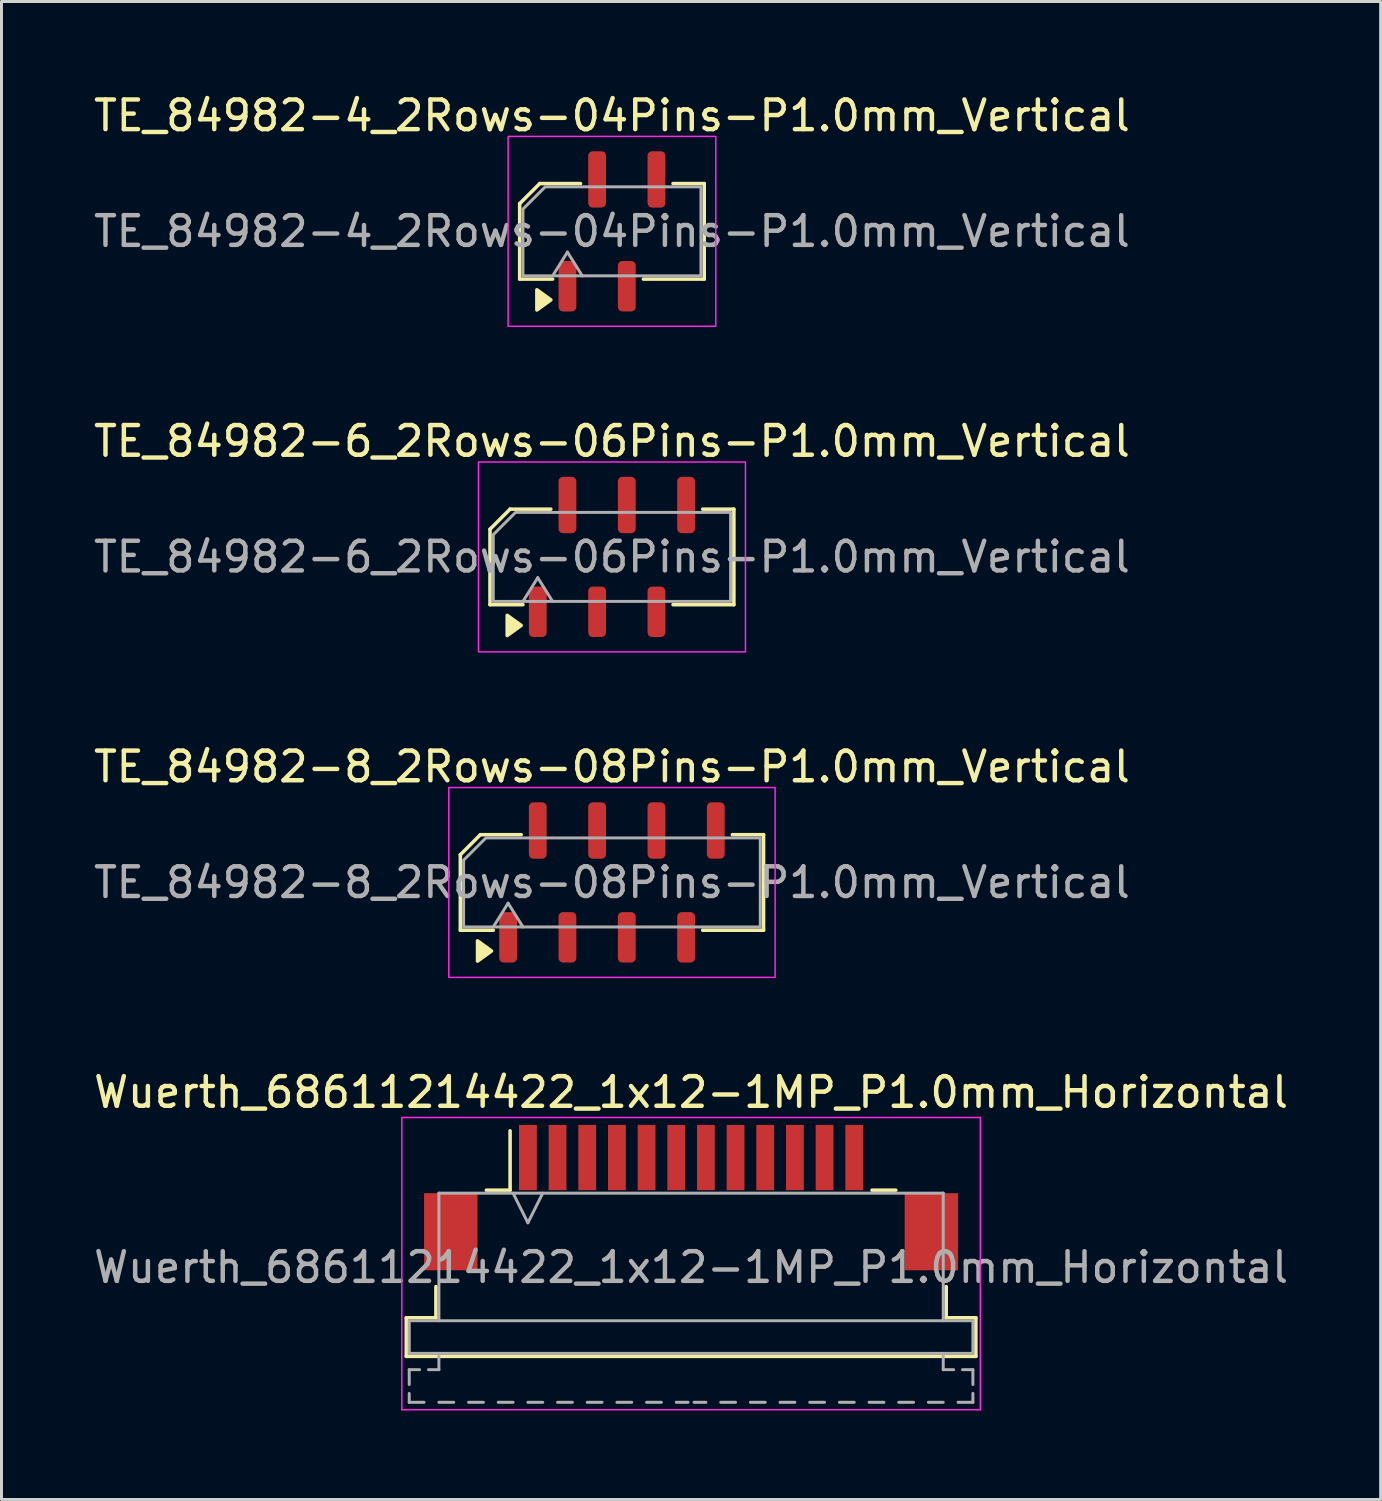
<source format=kicad_pcb>
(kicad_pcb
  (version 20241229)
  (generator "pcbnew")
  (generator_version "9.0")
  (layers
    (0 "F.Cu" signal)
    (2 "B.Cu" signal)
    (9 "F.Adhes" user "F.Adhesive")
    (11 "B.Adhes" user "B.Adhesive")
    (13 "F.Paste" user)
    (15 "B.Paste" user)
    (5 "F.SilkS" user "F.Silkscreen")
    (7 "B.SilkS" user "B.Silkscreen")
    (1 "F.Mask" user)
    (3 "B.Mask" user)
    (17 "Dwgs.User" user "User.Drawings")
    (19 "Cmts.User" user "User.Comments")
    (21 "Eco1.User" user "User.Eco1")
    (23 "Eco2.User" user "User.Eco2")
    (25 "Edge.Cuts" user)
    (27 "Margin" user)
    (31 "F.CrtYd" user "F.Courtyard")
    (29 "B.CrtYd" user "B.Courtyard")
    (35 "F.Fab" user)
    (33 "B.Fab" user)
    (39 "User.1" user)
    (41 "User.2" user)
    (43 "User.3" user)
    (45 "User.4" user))
  (footprint "TE_84982-8_2Rows-08Pins-P1.0mm_Vertical"
    (layer "F.Cu")
    (at 17.577 26.695)
    (property "Reference" "TE_84982-8_2Rows-08Pins-P1.0mm_Vertical" (at 0 -3.9 0) (layer "F.SilkS") (effects (font (size 1 1) (thickness 0.15))))
    (attr smd)
    (fp_line (start -5.11 -0.934) (end -5.11 1.61) (stroke (width 0.12) (type solid)) (layer "F.SilkS"))
    (fp_line (start -5.11 1.61) (end -4 1.61) (stroke (width 0.12) (type solid)) (layer "F.SilkS"))
    (fp_line (start -4.434 -1.61) (end -5.11 -0.934) (stroke (width 0.12) (type solid)) (layer "F.SilkS"))
    (fp_line (start -3.06 -1.61) (end -4.434 -1.61) (stroke (width 0.12) (type solid)) (layer "F.SilkS"))
    (fp_line (start 3.06 1.61) (end 5.11 1.61) (stroke (width 0.12) (type solid)) (layer "F.SilkS"))
    (fp_line (start 5.11 -1.61) (end 4.06 -1.61) (stroke (width 0.12) (type solid)) (layer "F.SilkS"))
    (fp_line (start 5.11 1.61) (end 5.11 -1.61) (stroke (width 0.12) (type solid)) (layer "F.SilkS"))
    (fp_poly (pts (xy -4.06 2.31) (xy -4.53 2.65) (xy -4.53 1.97)) (stroke (width 0.12) (type solid)) (fill yes) (layer "F.SilkS"))
    (fp_rect (start -5.5 -3.2) (end 5.5 3.2) (stroke (width 0.05) (type solid)) (fill no) (layer "F.CrtYd"))
    (fp_line (start -4 1.5) (end -3.5 0.7) (stroke (width 0.1) (type solid)) (layer "F.Fab"))
    (fp_line (start -3.5 0.7) (end -3 1.5) (stroke (width 0.1) (type solid)) (layer "F.Fab"))
    (fp_poly (pts (xy -5 -0.75) (xy -5 1.5) (xy 5 1.5) (xy 5 -1.5) (xy -4.25 -1.5)) (stroke (width 0.1) (type solid)) (fill no) (layer "F.Fab"))
    (fp_text user "${REFERENCE}" (at 0 0 0) (layer "F.Fab") (effects (font (size 1 1) (thickness 0.15))))
    (pad "1" smd roundrect (at -3.5 1.85) (size 0.6 1.7) (layers "F.Cu" "F.Mask" "F.Paste") (roundrect_rratio 0.25))
    (pad "2" smd roundrect (at -2.5 -1.75) (size 0.6 1.9) (layers "F.Cu" "F.Mask" "F.Paste") (roundrect_rratio 0.25))
    (pad "3" smd roundrect (at -1.5 1.85) (size 0.6 1.7) (layers "F.Cu" "F.Mask" "F.Paste") (roundrect_rratio 0.25))
    (pad "4" smd roundrect (at -0.5 -1.75) (size 0.6 1.9) (layers "F.Cu" "F.Mask" "F.Paste") (roundrect_rratio 0.25))
    (pad "5" smd roundrect (at 0.5 1.85) (size 0.6 1.7) (layers "F.Cu" "F.Mask" "F.Paste") (roundrect_rratio 0.25))
    (pad "6" smd roundrect (at 1.5 -1.75) (size 0.6 1.9) (layers "F.Cu" "F.Mask" "F.Paste") (roundrect_rratio 0.25))
    (pad "7" smd roundrect (at 2.5 1.85) (size 0.6 1.7) (layers "F.Cu" "F.Mask" "F.Paste") (roundrect_rratio 0.25))
    (pad "8" smd roundrect (at 3.5 -1.75) (size 0.6 1.9) (layers "F.Cu" "F.Mask" "F.Paste") (roundrect_rratio 0.25)))
  (footprint "Wuerth_68611214422_1x12-1MP_P1.0mm_Horizontal"
    (layer "F.Cu")
    (at 20.244 37.318)
    (property "Reference" "Wuerth_68611214422_1x12-1MP_P1.0mm_Horizontal" (at 0 -3.55 0) (layer "F.SilkS") (effects (font (size 1 1) (thickness 0.15))))
    (attr smd)
    (fp_line (start -9.6 4.05) (end -8.6 4.05) (stroke (width 0.12) (type solid)) (layer "F.SilkS"))
    (fp_line (start -9.6 5.35) (end -9.6 4.05) (stroke (width 0.12) (type solid)) (layer "F.SilkS"))
    (fp_line (start -8.6 4.05) (end -8.6 3) (stroke (width 0.12) (type solid)) (layer "F.SilkS"))
    (fp_line (start -6.9 -0.25) (end -6.1 -0.25) (stroke (width 0.12) (type solid)) (layer "F.SilkS"))
    (fp_line (start -6.1 -0.25) (end -6.1 -2.25) (stroke (width 0.12) (type solid)) (layer "F.SilkS"))
    (fp_line (start 6.1 -0.25) (end 6.9 -0.25) (stroke (width 0.12) (type solid)) (layer "F.SilkS"))
    (fp_line (start 8.6 3) (end 8.6 4.05) (stroke (width 0.12) (type solid)) (layer "F.SilkS"))
    (fp_line (start 8.6 4.05) (end 9.6 4.05) (stroke (width 0.12) (type solid)) (layer "F.SilkS"))
    (fp_line (start 9.6 4.05) (end 9.6 5.35) (stroke (width 0.12) (type solid)) (layer "F.SilkS"))
    (fp_line (start 9.6 5.35) (end -9.6 5.35) (stroke (width 0.12) (type solid)) (layer "F.SilkS"))
    (fp_line (start -9.75 -2.7) (end -9.75 7.15) (stroke (width 0.05) (type solid)) (layer "F.CrtYd"))
    (fp_line (start -9.75 7.15) (end 9.75 7.15) (stroke (width 0.05) (type solid)) (layer "F.CrtYd"))
    (fp_line (start 9.75 -2.7) (end -9.75 -2.7) (stroke (width 0.05) (type solid)) (layer "F.CrtYd"))
    (fp_line (start 9.75 7.15) (end 9.75 -2.7) (stroke (width 0.05) (type solid)) (layer "F.CrtYd"))
    (fp_line (start -9.5 4.15) (end 9.5 4.15) (stroke (width 0.1) (type solid)) (layer "F.Fab"))
    (fp_line (start -9.5 5.25) (end -9.5 4.16) (stroke (width 0.1) (type solid)) (layer "F.Fab"))
    (fp_line (start -9.5 5.8) (end -9.15 5.8) (stroke (width 0.1) (type solid)) (layer "F.Fab"))
    (fp_line (start -9.5 6.3) (end -9.5 5.8) (stroke (width 0.1) (type solid)) (layer "F.Fab"))
    (fp_line (start -9.5 6.9) (end -9.5 6.6) (stroke (width 0.1) (type solid)) (layer "F.Fab"))
    (fp_line (start -9 6.9) (end -9.5 6.9) (stroke (width 0.1) (type solid)) (layer "F.Fab"))
    (fp_line (start -8.85 5.8) (end -8.5 5.8) (stroke (width 0.1) (type solid)) (layer "F.Fab"))
    (fp_line (start -8.5 -0.15) (end 8.5 -0.15) (stroke (width 0.1) (type solid)) (layer "F.Fab"))
    (fp_line (start -8.5 4.15) (end -8.5 -0.15) (stroke (width 0.1) (type solid)) (layer "F.Fab"))
    (fp_line (start -8.5 5.8) (end -8.5 5.25) (stroke (width 0.1) (type solid)) (layer "F.Fab"))
    (fp_line (start -8 6.9) (end -8.5 6.9) (stroke (width 0.1) (type solid)) (layer "F.Fab"))
    (fp_line (start -7 6.9) (end -7.5 6.9) (stroke (width 0.1) (type solid)) (layer "F.Fab"))
    (fp_line (start -6 -0.15) (end -5.5 0.85) (stroke (width 0.1) (type solid)) (layer "F.Fab"))
    (fp_line (start -6 6.9) (end -6.5 6.9) (stroke (width 0.1) (type solid)) (layer "F.Fab"))
    (fp_line (start -5.5 0.85) (end -5 -0.15) (stroke (width 0.1) (type solid)) (layer "F.Fab"))
    (fp_line (start -5 6.9) (end -5.5 6.9) (stroke (width 0.1) (type solid)) (layer "F.Fab"))
    (fp_line (start -4 6.9) (end -4.5 6.9) (stroke (width 0.1) (type solid)) (layer "F.Fab"))
    (fp_line (start -3 6.9) (end -3.5 6.9) (stroke (width 0.1) (type solid)) (layer "F.Fab"))
    (fp_line (start -2 6.9) (end -2.5 6.9) (stroke (width 0.1) (type solid)) (layer "F.Fab"))
    (fp_line (start -1 6.9) (end -1.5 6.9) (stroke (width 0.1) (type solid)) (layer "F.Fab"))
    (fp_line (start -0.1 6.9) (end -0.5 6.9) (stroke (width 0.1) (type solid)) (layer "F.Fab"))
    (fp_line (start 0.1 6.9) (end 0.5 6.9) (stroke (width 0.1) (type solid)) (layer "F.Fab"))
    (fp_line (start 1 6.9) (end 1.5 6.9) (stroke (width 0.1) (type solid)) (layer "F.Fab"))
    (fp_line (start 2 6.9) (end 2.5 6.9) (stroke (width 0.1) (type solid)) (layer "F.Fab"))
    (fp_line (start 3 6.9) (end 3.5 6.9) (stroke (width 0.1) (type solid)) (layer "F.Fab"))
    (fp_line (start 4 6.9) (end 4.5 6.9) (stroke (width 0.1) (type solid)) (layer "F.Fab"))
    (fp_line (start 5 6.9) (end 5.5 6.9) (stroke (width 0.1) (type solid)) (layer "F.Fab"))
    (fp_line (start 6 6.9) (end 6.5 6.9) (stroke (width 0.1) (type solid)) (layer "F.Fab"))
    (fp_line (start 7 6.9) (end 7.5 6.9) (stroke (width 0.1) (type solid)) (layer "F.Fab"))
    (fp_line (start 8 6.9) (end 8.5 6.9) (stroke (width 0.1) (type solid)) (layer "F.Fab"))
    (fp_line (start 8.5 -0.15) (end 8.5 4.15) (stroke (width 0.1) (type solid)) (layer "F.Fab"))
    (fp_line (start 8.5 5.25) (end 8.5 5.8) (stroke (width 0.1) (type solid)) (layer "F.Fab"))
    (fp_line (start 8.85 5.8) (end 8.5 5.8) (stroke (width 0.1) (type solid)) (layer "F.Fab"))
    (fp_line (start 9 6.9) (end 9.5 6.9) (stroke (width 0.1) (type solid)) (layer "F.Fab"))
    (fp_line (start 9.15 5.8) (end 9.5 5.8) (stroke (width 0.1) (type solid)) (layer "F.Fab"))
    (fp_line (start 9.5 4.16) (end 9.5 5.25) (stroke (width 0.1) (type solid)) (layer "F.Fab"))
    (fp_line (start 9.5 5.25) (end -9.5 5.25) (stroke (width 0.1) (type solid)) (layer "F.Fab"))
    (fp_line (start 9.5 5.8) (end 9.5 6.3) (stroke (width 0.1) (type solid)) (layer "F.Fab"))
    (fp_line (start 9.5 6.6) (end 9.5 6.9) (stroke (width 0.1) (type solid)) (layer "F.Fab"))
    (fp_text user "${REFERENCE}" (at 0 2.35 0) (layer "F.Fab") (effects (font (size 1 1) (thickness 0.15))))
    (pad "1" smd rect (at -5.5 -1.35) (size 0.6 2.2) (layers "F.Cu" "F.Mask" "F.Paste"))
    (pad "2" smd rect (at -4.5 -1.35) (size 0.6 2.2) (layers "F.Cu" "F.Mask" "F.Paste"))
    (pad "3" smd rect (at -3.5 -1.35) (size 0.6 2.2) (layers "F.Cu" "F.Mask" "F.Paste"))
    (pad "4" smd rect (at -2.5 -1.35) (size 0.6 2.2) (layers "F.Cu" "F.Mask" "F.Paste"))
    (pad "5" smd rect (at -1.5 -1.35) (size 0.6 2.2) (layers "F.Cu" "F.Mask" "F.Paste"))
    (pad "6" smd rect (at -0.5 -1.35) (size 0.6 2.2) (layers "F.Cu" "F.Mask" "F.Paste"))
    (pad "7" smd rect (at 0.5 -1.35) (size 0.6 2.2) (layers "F.Cu" "F.Mask" "F.Paste"))
    (pad "8" smd rect (at 1.5 -1.35) (size 0.6 2.2) (layers "F.Cu" "F.Mask" "F.Paste"))
    (pad "9" smd rect (at 2.5 -1.35) (size 0.6 2.2) (layers "F.Cu" "F.Mask" "F.Paste"))
    (pad "10" smd rect (at 3.5 -1.35) (size 0.6 2.2) (layers "F.Cu" "F.Mask" "F.Paste"))
    (pad "11" smd rect (at 4.5 -1.35) (size 0.6 2.2) (layers "F.Cu" "F.Mask" "F.Paste"))
    (pad "12" smd rect (at 5.5 -1.35) (size 0.6 2.2) (layers "F.Cu" "F.Mask" "F.Paste"))
    (pad "MP" smd rect (at -8.1 1.15) (size 1.8 2.6) (layers "F.Cu" "F.Mask" "F.Paste"))
    (pad "MP" smd rect (at 8.1 1.15) (size 1.8 2.6) (layers "F.Cu" "F.Mask" "F.Paste")))
  (footprint "TE_84982-6_2Rows-06Pins-P1.0mm_Vertical"
    (layer "F.Cu")
    (at 17.577 15.722)
    (property "Reference" "TE_84982-6_2Rows-06Pins-P1.0mm_Vertical" (at 0 -3.9 0) (layer "F.SilkS") (effects (font (size 1 1) (thickness 0.15))))
    (attr smd)
    (fp_line (start -4.11 -0.934) (end -4.11 1.61) (stroke (width 0.12) (type solid)) (layer "F.SilkS"))
    (fp_line (start -4.11 1.61) (end -3 1.61) (stroke (width 0.12) (type solid)) (layer "F.SilkS"))
    (fp_line (start -3.434 -1.61) (end -4.11 -0.934) (stroke (width 0.12) (type solid)) (layer "F.SilkS"))
    (fp_line (start -2.06 -1.61) (end -3.434 -1.61) (stroke (width 0.12) (type solid)) (layer "F.SilkS"))
    (fp_line (start 2.06 1.61) (end 4.11 1.61) (stroke (width 0.12) (type solid)) (layer "F.SilkS"))
    (fp_line (start 4.11 -1.61) (end 3.06 -1.61) (stroke (width 0.12) (type solid)) (layer "F.SilkS"))
    (fp_line (start 4.11 1.61) (end 4.11 -1.61) (stroke (width 0.12) (type solid)) (layer "F.SilkS"))
    (fp_poly (pts (xy -3.06 2.31) (xy -3.53 2.65) (xy -3.53 1.97)) (stroke (width 0.12) (type solid)) (fill yes) (layer "F.SilkS"))
    (fp_rect (start -4.5 -3.2) (end 4.5 3.2) (stroke (width 0.05) (type solid)) (fill no) (layer "F.CrtYd"))
    (fp_line (start -3 1.5) (end -2.5 0.7) (stroke (width 0.1) (type solid)) (layer "F.Fab"))
    (fp_line (start -2.5 0.7) (end -2 1.5) (stroke (width 0.1) (type solid)) (layer "F.Fab"))
    (fp_poly (pts (xy -4 -0.75) (xy -4 1.5) (xy 4 1.5) (xy 4 -1.5) (xy -3.25 -1.5)) (stroke (width 0.1) (type solid)) (fill no) (layer "F.Fab"))
    (fp_text user "${REFERENCE}" (at 0 0 0) (layer "F.Fab") (effects (font (size 1 1) (thickness 0.15))))
    (pad "1" smd roundrect (at -2.5 1.85) (size 0.6 1.7) (layers "F.Cu" "F.Mask" "F.Paste") (roundrect_rratio 0.25))
    (pad "2" smd roundrect (at -1.5 -1.75) (size 0.6 1.9) (layers "F.Cu" "F.Mask" "F.Paste") (roundrect_rratio 0.25))
    (pad "3" smd roundrect (at -0.5 1.85) (size 0.6 1.7) (layers "F.Cu" "F.Mask" "F.Paste") (roundrect_rratio 0.25))
    (pad "4" smd roundrect (at 0.5 -1.75) (size 0.6 1.9) (layers "F.Cu" "F.Mask" "F.Paste") (roundrect_rratio 0.25))
    (pad "5" smd roundrect (at 1.5 1.85) (size 0.6 1.7) (layers "F.Cu" "F.Mask" "F.Paste") (roundrect_rratio 0.25))
    (pad "6" smd roundrect (at 2.5 -1.75) (size 0.6 1.9) (layers "F.Cu" "F.Mask" "F.Paste") (roundrect_rratio 0.25)))
  (footprint "TE_84982-4_2Rows-04Pins-P1.0mm_Vertical"
    (layer "F.Cu")
    (at 17.577 4.748)
    (property "Reference" "TE_84982-4_2Rows-04Pins-P1.0mm_Vertical" (at 0 -3.9 0) (layer "F.SilkS") (effects (font (size 1 1) (thickness 0.15))))
    (attr smd)
    (fp_line (start -3.11 -0.934) (end -3.11 1.61) (stroke (width 0.12) (type solid)) (layer "F.SilkS"))
    (fp_line (start -3.11 1.61) (end -2 1.61) (stroke (width 0.12) (type solid)) (layer "F.SilkS"))
    (fp_line (start -2.434 -1.61) (end -3.11 -0.934) (stroke (width 0.12) (type solid)) (layer "F.SilkS"))
    (fp_line (start -1.06 -1.61) (end -2.434 -1.61) (stroke (width 0.12) (type solid)) (layer "F.SilkS"))
    (fp_line (start 1.06 1.61) (end 3.11 1.61) (stroke (width 0.12) (type solid)) (layer "F.SilkS"))
    (fp_line (start 3.11 -1.61) (end 2.06 -1.61) (stroke (width 0.12) (type solid)) (layer "F.SilkS"))
    (fp_line (start 3.11 1.61) (end 3.11 -1.61) (stroke (width 0.12) (type solid)) (layer "F.SilkS"))
    (fp_poly (pts (xy -2.06 2.31) (xy -2.53 2.65) (xy -2.53 1.97)) (stroke (width 0.12) (type solid)) (fill yes) (layer "F.SilkS"))
    (fp_rect (start -3.5 -3.2) (end 3.5 3.2) (stroke (width 0.05) (type solid)) (fill no) (layer "F.CrtYd"))
    (fp_line (start -2 1.5) (end -1.5 0.7) (stroke (width 0.1) (type solid)) (layer "F.Fab"))
    (fp_line (start -1.5 0.7) (end -1 1.5) (stroke (width 0.1) (type solid)) (layer "F.Fab"))
    (fp_poly (pts (xy -3 -0.75) (xy -3 1.5) (xy 3 1.5) (xy 3 -1.5) (xy -2.25 -1.5)) (stroke (width 0.1) (type solid)) (fill no) (layer "F.Fab"))
    (fp_text user "${REFERENCE}" (at 0 0 0) (layer "F.Fab") (effects (font (size 1 1) (thickness 0.15))))
    (pad "1" smd roundrect (at -1.5 1.85) (size 0.6 1.7) (layers "F.Cu" "F.Mask" "F.Paste") (roundrect_rratio 0.25))
    (pad "2" smd roundrect (at -0.5 -1.75) (size 0.6 1.9) (layers "F.Cu" "F.Mask" "F.Paste") (roundrect_rratio 0.25))
    (pad "3" smd roundrect (at 0.5 1.85) (size 0.6 1.7) (layers "F.Cu" "F.Mask" "F.Paste") (roundrect_rratio 0.25))
    (pad "4" smd roundrect (at 1.5 -1.75) (size 0.6 1.9) (layers "F.Cu" "F.Mask" "F.Paste") (roundrect_rratio 0.25)))
  (gr_rect
    (start -3 -3)
    (end 43.488 47.493)
    (stroke (width 0.1) (type default))
    (fill no)
    (layer "Edge.Cuts")))
</source>
